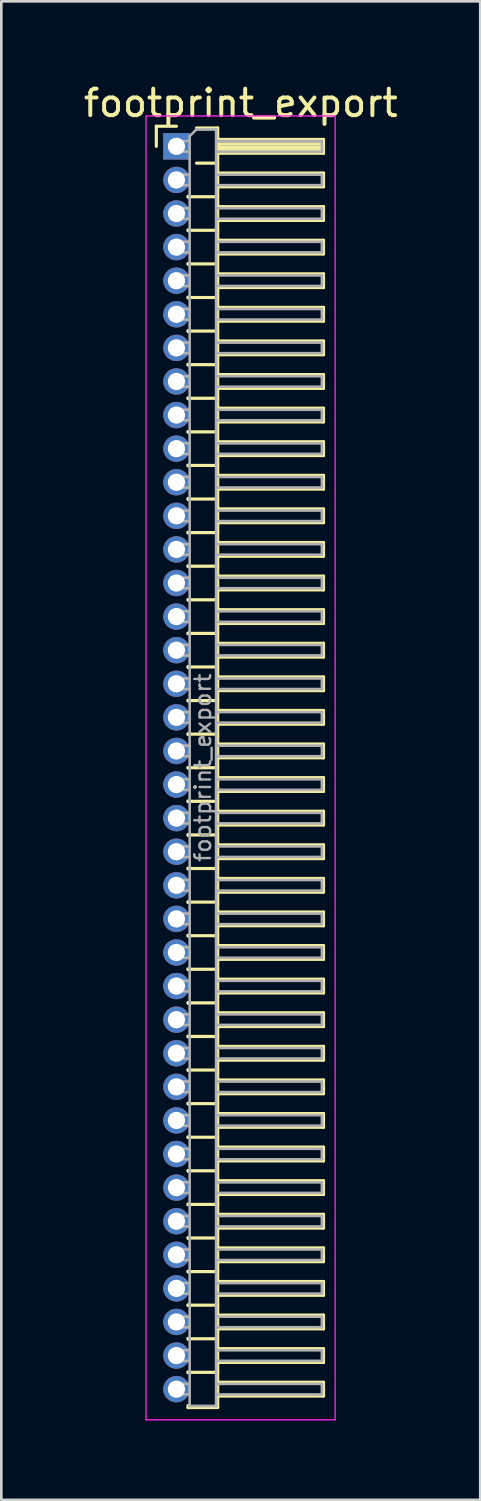
<source format=kicad_pcb>
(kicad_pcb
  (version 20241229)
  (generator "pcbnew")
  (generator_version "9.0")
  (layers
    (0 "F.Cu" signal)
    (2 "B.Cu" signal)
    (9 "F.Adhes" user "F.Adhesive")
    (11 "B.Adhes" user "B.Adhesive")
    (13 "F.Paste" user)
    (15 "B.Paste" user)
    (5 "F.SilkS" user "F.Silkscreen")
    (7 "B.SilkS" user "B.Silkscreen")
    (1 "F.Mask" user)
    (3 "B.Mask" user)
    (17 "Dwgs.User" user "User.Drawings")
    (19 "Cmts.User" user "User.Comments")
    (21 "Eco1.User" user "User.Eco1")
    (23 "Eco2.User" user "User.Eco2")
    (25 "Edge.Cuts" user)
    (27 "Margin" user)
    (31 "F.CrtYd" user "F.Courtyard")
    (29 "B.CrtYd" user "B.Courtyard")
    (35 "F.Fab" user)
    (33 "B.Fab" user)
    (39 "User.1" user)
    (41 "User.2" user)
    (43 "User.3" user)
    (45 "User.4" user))
  (footprint "footprint_export"
    (layer "F.Cu")
    (at 3.621 2.483)
    (property "Reference" "footprint_export" (at 2.433 -1.635 0) (layer "F.SilkS") (effects (font (size 1 1) (thickness 0.15))))
    (attr through_hole)
    (fp_line (start -0.76 -0.76) (end 0 -0.76) (stroke (width 0.12) (type solid)) (layer "F.SilkS"))
    (fp_line (start -0.76 0) (end -0.76 -0.76) (stroke (width 0.12) (type solid)) (layer "F.SilkS"))
    (fp_line (start 0.44 1.89) (end 0.44 1.92) (stroke (width 0.12) (type solid)) (layer "F.SilkS"))
    (fp_line (start 0.44 1.905) (end 1.56 1.905) (stroke (width 0.12) (type solid)) (layer "F.SilkS"))
    (fp_line (start 0.44 3.16) (end 0.44 3.19) (stroke (width 0.12) (type solid)) (layer "F.SilkS"))
    (fp_line (start 0.44 3.175) (end 1.56 3.175) (stroke (width 0.12) (type solid)) (layer "F.SilkS"))
    (fp_line (start 0.44 4.43) (end 0.44 4.46) (stroke (width 0.12) (type solid)) (layer "F.SilkS"))
    (fp_line (start 0.44 4.445) (end 1.56 4.445) (stroke (width 0.12) (type solid)) (layer "F.SilkS"))
    (fp_line (start 0.44 5.7) (end 0.44 5.73) (stroke (width 0.12) (type solid)) (layer "F.SilkS"))
    (fp_line (start 0.44 5.715) (end 1.56 5.715) (stroke (width 0.12) (type solid)) (layer "F.SilkS"))
    (fp_line (start 0.44 6.97) (end 0.44 7) (stroke (width 0.12) (type solid)) (layer "F.SilkS"))
    (fp_line (start 0.44 6.985) (end 1.56 6.985) (stroke (width 0.12) (type solid)) (layer "F.SilkS"))
    (fp_line (start 0.44 8.24) (end 0.44 8.27) (stroke (width 0.12) (type solid)) (layer "F.SilkS"))
    (fp_line (start 0.44 8.255) (end 1.56 8.255) (stroke (width 0.12) (type solid)) (layer "F.SilkS"))
    (fp_line (start 0.44 9.51) (end 0.44 9.54) (stroke (width 0.12) (type solid)) (layer "F.SilkS"))
    (fp_line (start 0.44 9.525) (end 1.56 9.525) (stroke (width 0.12) (type solid)) (layer "F.SilkS"))
    (fp_line (start 0.44 10.78) (end 0.44 10.81) (stroke (width 0.12) (type solid)) (layer "F.SilkS"))
    (fp_line (start 0.44 10.795) (end 1.56 10.795) (stroke (width 0.12) (type solid)) (layer "F.SilkS"))
    (fp_line (start 0.44 12.05) (end 0.44 12.08) (stroke (width 0.12) (type solid)) (layer "F.SilkS"))
    (fp_line (start 0.44 12.065) (end 1.56 12.065) (stroke (width 0.12) (type solid)) (layer "F.SilkS"))
    (fp_line (start 0.44 13.32) (end 0.44 13.35) (stroke (width 0.12) (type solid)) (layer "F.SilkS"))
    (fp_line (start 0.44 13.335) (end 1.56 13.335) (stroke (width 0.12) (type solid)) (layer "F.SilkS"))
    (fp_line (start 0.44 14.59) (end 0.44 14.62) (stroke (width 0.12) (type solid)) (layer "F.SilkS"))
    (fp_line (start 0.44 14.605) (end 1.56 14.605) (stroke (width 0.12) (type solid)) (layer "F.SilkS"))
    (fp_line (start 0.44 15.86) (end 0.44 15.89) (stroke (width 0.12) (type solid)) (layer "F.SilkS"))
    (fp_line (start 0.44 15.875) (end 1.56 15.875) (stroke (width 0.12) (type solid)) (layer "F.SilkS"))
    (fp_line (start 0.44 17.13) (end 0.44 17.16) (stroke (width 0.12) (type solid)) (layer "F.SilkS"))
    (fp_line (start 0.44 17.145) (end 1.56 17.145) (stroke (width 0.12) (type solid)) (layer "F.SilkS"))
    (fp_line (start 0.44 18.4) (end 0.44 18.43) (stroke (width 0.12) (type solid)) (layer "F.SilkS"))
    (fp_line (start 0.44 18.415) (end 1.56 18.415) (stroke (width 0.12) (type solid)) (layer "F.SilkS"))
    (fp_line (start 0.44 19.67) (end 0.44 19.7) (stroke (width 0.12) (type solid)) (layer "F.SilkS"))
    (fp_line (start 0.44 19.685) (end 1.56 19.685) (stroke (width 0.12) (type solid)) (layer "F.SilkS"))
    (fp_line (start 0.44 20.94) (end 0.44 20.97) (stroke (width 0.12) (type solid)) (layer "F.SilkS"))
    (fp_line (start 0.44 20.955) (end 1.56 20.955) (stroke (width 0.12) (type solid)) (layer "F.SilkS"))
    (fp_line (start 0.44 22.21) (end 0.44 22.24) (stroke (width 0.12) (type solid)) (layer "F.SilkS"))
    (fp_line (start 0.44 22.225) (end 1.56 22.225) (stroke (width 0.12) (type solid)) (layer "F.SilkS"))
    (fp_line (start 0.44 23.48) (end 0.44 23.51) (stroke (width 0.12) (type solid)) (layer "F.SilkS"))
    (fp_line (start 0.44 23.495) (end 1.56 23.495) (stroke (width 0.12) (type solid)) (layer "F.SilkS"))
    (fp_line (start 0.44 24.75) (end 0.44 24.78) (stroke (width 0.12) (type solid)) (layer "F.SilkS"))
    (fp_line (start 0.44 24.765) (end 1.56 24.765) (stroke (width 0.12) (type solid)) (layer "F.SilkS"))
    (fp_line (start 0.44 26.02) (end 0.44 26.05) (stroke (width 0.12) (type solid)) (layer "F.SilkS"))
    (fp_line (start 0.44 26.035) (end 1.56 26.035) (stroke (width 0.12) (type solid)) (layer "F.SilkS"))
    (fp_line (start 0.44 27.29) (end 0.44 27.32) (stroke (width 0.12) (type solid)) (layer "F.SilkS"))
    (fp_line (start 0.44 27.305) (end 1.56 27.305) (stroke (width 0.12) (type solid)) (layer "F.SilkS"))
    (fp_line (start 0.44 28.56) (end 0.44 28.59) (stroke (width 0.12) (type solid)) (layer "F.SilkS"))
    (fp_line (start 0.44 28.575) (end 1.56 28.575) (stroke (width 0.12) (type solid)) (layer "F.SilkS"))
    (fp_line (start 0.44 29.83) (end 0.44 29.86) (stroke (width 0.12) (type solid)) (layer "F.SilkS"))
    (fp_line (start 0.44 29.845) (end 1.56 29.845) (stroke (width 0.12) (type solid)) (layer "F.SilkS"))
    (fp_line (start 0.44 31.1) (end 0.44 31.13) (stroke (width 0.12) (type solid)) (layer "F.SilkS"))
    (fp_line (start 0.44 31.115) (end 1.56 31.115) (stroke (width 0.12) (type solid)) (layer "F.SilkS"))
    (fp_line (start 0.44 32.37) (end 0.44 32.4) (stroke (width 0.12) (type solid)) (layer "F.SilkS"))
    (fp_line (start 0.44 32.385) (end 1.56 32.385) (stroke (width 0.12) (type solid)) (layer "F.SilkS"))
    (fp_line (start 0.44 33.64) (end 0.44 33.67) (stroke (width 0.12) (type solid)) (layer "F.SilkS"))
    (fp_line (start 0.44 33.655) (end 1.56 33.655) (stroke (width 0.12) (type solid)) (layer "F.SilkS"))
    (fp_line (start 0.44 34.91) (end 0.44 34.94) (stroke (width 0.12) (type solid)) (layer "F.SilkS"))
    (fp_line (start 0.44 34.925) (end 1.56 34.925) (stroke (width 0.12) (type solid)) (layer "F.SilkS"))
    (fp_line (start 0.44 36.18) (end 0.44 36.21) (stroke (width 0.12) (type solid)) (layer "F.SilkS"))
    (fp_line (start 0.44 36.195) (end 1.56 36.195) (stroke (width 0.12) (type solid)) (layer "F.SilkS"))
    (fp_line (start 0.44 37.45) (end 0.44 37.48) (stroke (width 0.12) (type solid)) (layer "F.SilkS"))
    (fp_line (start 0.44 37.465) (end 1.56 37.465) (stroke (width 0.12) (type solid)) (layer "F.SilkS"))
    (fp_line (start 0.44 38.72) (end 0.44 38.75) (stroke (width 0.12) (type solid)) (layer "F.SilkS"))
    (fp_line (start 0.44 38.735) (end 1.56 38.735) (stroke (width 0.12) (type solid)) (layer "F.SilkS"))
    (fp_line (start 0.44 39.99) (end 0.44 40.02) (stroke (width 0.12) (type solid)) (layer "F.SilkS"))
    (fp_line (start 0.44 40.005) (end 1.56 40.005) (stroke (width 0.12) (type solid)) (layer "F.SilkS"))
    (fp_line (start 0.44 41.26) (end 0.44 41.29) (stroke (width 0.12) (type solid)) (layer "F.SilkS"))
    (fp_line (start 0.44 41.275) (end 1.56 41.275) (stroke (width 0.12) (type solid)) (layer "F.SilkS"))
    (fp_line (start 0.44 42.53) (end 0.44 42.56) (stroke (width 0.12) (type solid)) (layer "F.SilkS"))
    (fp_line (start 0.44 42.545) (end 1.56 42.545) (stroke (width 0.12) (type solid)) (layer "F.SilkS"))
    (fp_line (start 0.44 43.8) (end 0.44 43.83) (stroke (width 0.12) (type solid)) (layer "F.SilkS"))
    (fp_line (start 0.44 43.815) (end 1.56 43.815) (stroke (width 0.12) (type solid)) (layer "F.SilkS"))
    (fp_line (start 0.44 45.07) (end 0.44 45.1) (stroke (width 0.12) (type solid)) (layer "F.SilkS"))
    (fp_line (start 0.44 45.085) (end 1.56 45.085) (stroke (width 0.12) (type solid)) (layer "F.SilkS"))
    (fp_line (start 0.44 46.34) (end 0.44 46.37) (stroke (width 0.12) (type solid)) (layer "F.SilkS"))
    (fp_line (start 0.44 46.355) (end 1.56 46.355) (stroke (width 0.12) (type solid)) (layer "F.SilkS"))
    (fp_line (start 0.44 47.685) (end 0.44 47.61) (stroke (width 0.12) (type solid)) (layer "F.SilkS"))
    (fp_line (start 0.76 -0.695) (end 1.56 -0.695) (stroke (width 0.12) (type solid)) (layer "F.SilkS"))
    (fp_line (start 0.76 0.635) (end 1.56 0.635) (stroke (width 0.12) (type solid)) (layer "F.SilkS"))
    (fp_line (start 1.56 -0.695) (end 1.56 47.685) (stroke (width 0.12) (type solid)) (layer "F.SilkS"))
    (fp_line (start 1.56 -0.26) (end 5.56 -0.26) (stroke (width 0.12) (type solid)) (layer "F.SilkS"))
    (fp_line (start 1.56 -0.2) (end 5.56 -0.2) (stroke (width 0.12) (type solid)) (layer "F.SilkS"))
    (fp_line (start 1.56 -0.08) (end 5.56 -0.08) (stroke (width 0.12) (type solid)) (layer "F.SilkS"))
    (fp_line (start 1.56 0.04) (end 5.56 0.04) (stroke (width 0.12) (type solid)) (layer "F.SilkS"))
    (fp_line (start 1.56 0.16) (end 5.56 0.16) (stroke (width 0.12) (type solid)) (layer "F.SilkS"))
    (fp_line (start 1.56 1.01) (end 5.56 1.01) (stroke (width 0.12) (type solid)) (layer "F.SilkS"))
    (fp_line (start 1.56 2.28) (end 5.56 2.28) (stroke (width 0.12) (type solid)) (layer "F.SilkS"))
    (fp_line (start 1.56 3.55) (end 5.56 3.55) (stroke (width 0.12) (type solid)) (layer "F.SilkS"))
    (fp_line (start 1.56 4.82) (end 5.56 4.82) (stroke (width 0.12) (type solid)) (layer "F.SilkS"))
    (fp_line (start 1.56 6.09) (end 5.56 6.09) (stroke (width 0.12) (type solid)) (layer "F.SilkS"))
    (fp_line (start 1.56 7.36) (end 5.56 7.36) (stroke (width 0.12) (type solid)) (layer "F.SilkS"))
    (fp_line (start 1.56 8.63) (end 5.56 8.63) (stroke (width 0.12) (type solid)) (layer "F.SilkS"))
    (fp_line (start 1.56 9.9) (end 5.56 9.9) (stroke (width 0.12) (type solid)) (layer "F.SilkS"))
    (fp_line (start 1.56 11.17) (end 5.56 11.17) (stroke (width 0.12) (type solid)) (layer "F.SilkS"))
    (fp_line (start 1.56 12.44) (end 5.56 12.44) (stroke (width 0.12) (type solid)) (layer "F.SilkS"))
    (fp_line (start 1.56 13.71) (end 5.56 13.71) (stroke (width 0.12) (type solid)) (layer "F.SilkS"))
    (fp_line (start 1.56 14.98) (end 5.56 14.98) (stroke (width 0.12) (type solid)) (layer "F.SilkS"))
    (fp_line (start 1.56 16.25) (end 5.56 16.25) (stroke (width 0.12) (type solid)) (layer "F.SilkS"))
    (fp_line (start 1.56 17.52) (end 5.56 17.52) (stroke (width 0.12) (type solid)) (layer "F.SilkS"))
    (fp_line (start 1.56 18.79) (end 5.56 18.79) (stroke (width 0.12) (type solid)) (layer "F.SilkS"))
    (fp_line (start 1.56 20.06) (end 5.56 20.06) (stroke (width 0.12) (type solid)) (layer "F.SilkS"))
    (fp_line (start 1.56 21.33) (end 5.56 21.33) (stroke (width 0.12) (type solid)) (layer "F.SilkS"))
    (fp_line (start 1.56 22.6) (end 5.56 22.6) (stroke (width 0.12) (type solid)) (layer "F.SilkS"))
    (fp_line (start 1.56 23.87) (end 5.56 23.87) (stroke (width 0.12) (type solid)) (layer "F.SilkS"))
    (fp_line (start 1.56 25.14) (end 5.56 25.14) (stroke (width 0.12) (type solid)) (layer "F.SilkS"))
    (fp_line (start 1.56 26.41) (end 5.56 26.41) (stroke (width 0.12) (type solid)) (layer "F.SilkS"))
    (fp_line (start 1.56 27.68) (end 5.56 27.68) (stroke (width 0.12) (type solid)) (layer "F.SilkS"))
    (fp_line (start 1.56 28.95) (end 5.56 28.95) (stroke (width 0.12) (type solid)) (layer "F.SilkS"))
    (fp_line (start 1.56 30.22) (end 5.56 30.22) (stroke (width 0.12) (type solid)) (layer "F.SilkS"))
    (fp_line (start 1.56 31.49) (end 5.56 31.49) (stroke (width 0.12) (type solid)) (layer "F.SilkS"))
    (fp_line (start 1.56 32.76) (end 5.56 32.76) (stroke (width 0.12) (type solid)) (layer "F.SilkS"))
    (fp_line (start 1.56 34.03) (end 5.56 34.03) (stroke (width 0.12) (type solid)) (layer "F.SilkS"))
    (fp_line (start 1.56 35.3) (end 5.56 35.3) (stroke (width 0.12) (type solid)) (layer "F.SilkS"))
    (fp_line (start 1.56 36.57) (end 5.56 36.57) (stroke (width 0.12) (type solid)) (layer "F.SilkS"))
    (fp_line (start 1.56 37.84) (end 5.56 37.84) (stroke (width 0.12) (type solid)) (layer "F.SilkS"))
    (fp_line (start 1.56 39.11) (end 5.56 39.11) (stroke (width 0.12) (type solid)) (layer "F.SilkS"))
    (fp_line (start 1.56 40.38) (end 5.56 40.38) (stroke (width 0.12) (type solid)) (layer "F.SilkS"))
    (fp_line (start 1.56 41.65) (end 5.56 41.65) (stroke (width 0.12) (type solid)) (layer "F.SilkS"))
    (fp_line (start 1.56 42.92) (end 5.56 42.92) (stroke (width 0.12) (type solid)) (layer "F.SilkS"))
    (fp_line (start 1.56 44.19) (end 5.56 44.19) (stroke (width 0.12) (type solid)) (layer "F.SilkS"))
    (fp_line (start 1.56 45.46) (end 5.56 45.46) (stroke (width 0.12) (type solid)) (layer "F.SilkS"))
    (fp_line (start 1.56 46.73) (end 5.56 46.73) (stroke (width 0.12) (type solid)) (layer "F.SilkS"))
    (fp_line (start 1.56 47.685) (end 0.44 47.685) (stroke (width 0.12) (type solid)) (layer "F.SilkS"))
    (fp_line (start 5.56 -0.26) (end 5.56 0.26) (stroke (width 0.12) (type solid)) (layer "F.SilkS"))
    (fp_line (start 5.56 0.26) (end 1.56 0.26) (stroke (width 0.12) (type solid)) (layer "F.SilkS"))
    (fp_line (start 5.56 1.01) (end 5.56 1.53) (stroke (width 0.12) (type solid)) (layer "F.SilkS"))
    (fp_line (start 5.56 1.53) (end 1.56 1.53) (stroke (width 0.12) (type solid)) (layer "F.SilkS"))
    (fp_line (start 5.56 2.28) (end 5.56 2.8) (stroke (width 0.12) (type solid)) (layer "F.SilkS"))
    (fp_line (start 5.56 2.8) (end 1.56 2.8) (stroke (width 0.12) (type solid)) (layer "F.SilkS"))
    (fp_line (start 5.56 3.55) (end 5.56 4.07) (stroke (width 0.12) (type solid)) (layer "F.SilkS"))
    (fp_line (start 5.56 4.07) (end 1.56 4.07) (stroke (width 0.12) (type solid)) (layer "F.SilkS"))
    (fp_line (start 5.56 4.82) (end 5.56 5.34) (stroke (width 0.12) (type solid)) (layer "F.SilkS"))
    (fp_line (start 5.56 5.34) (end 1.56 5.34) (stroke (width 0.12) (type solid)) (layer "F.SilkS"))
    (fp_line (start 5.56 6.09) (end 5.56 6.61) (stroke (width 0.12) (type solid)) (layer "F.SilkS"))
    (fp_line (start 5.56 6.61) (end 1.56 6.61) (stroke (width 0.12) (type solid)) (layer "F.SilkS"))
    (fp_line (start 5.56 7.36) (end 5.56 7.88) (stroke (width 0.12) (type solid)) (layer "F.SilkS"))
    (fp_line (start 5.56 7.88) (end 1.56 7.88) (stroke (width 0.12) (type solid)) (layer "F.SilkS"))
    (fp_line (start 5.56 8.63) (end 5.56 9.15) (stroke (width 0.12) (type solid)) (layer "F.SilkS"))
    (fp_line (start 5.56 9.15) (end 1.56 9.15) (stroke (width 0.12) (type solid)) (layer "F.SilkS"))
    (fp_line (start 5.56 9.9) (end 5.56 10.42) (stroke (width 0.12) (type solid)) (layer "F.SilkS"))
    (fp_line (start 5.56 10.42) (end 1.56 10.42) (stroke (width 0.12) (type solid)) (layer "F.SilkS"))
    (fp_line (start 5.56 11.17) (end 5.56 11.69) (stroke (width 0.12) (type solid)) (layer "F.SilkS"))
    (fp_line (start 5.56 11.69) (end 1.56 11.69) (stroke (width 0.12) (type solid)) (layer "F.SilkS"))
    (fp_line (start 5.56 12.44) (end 5.56 12.96) (stroke (width 0.12) (type solid)) (layer "F.SilkS"))
    (fp_line (start 5.56 12.96) (end 1.56 12.96) (stroke (width 0.12) (type solid)) (layer "F.SilkS"))
    (fp_line (start 5.56 13.71) (end 5.56 14.23) (stroke (width 0.12) (type solid)) (layer "F.SilkS"))
    (fp_line (start 5.56 14.23) (end 1.56 14.23) (stroke (width 0.12) (type solid)) (layer "F.SilkS"))
    (fp_line (start 5.56 14.98) (end 5.56 15.5) (stroke (width 0.12) (type solid)) (layer "F.SilkS"))
    (fp_line (start 5.56 15.5) (end 1.56 15.5) (stroke (width 0.12) (type solid)) (layer "F.SilkS"))
    (fp_line (start 5.56 16.25) (end 5.56 16.77) (stroke (width 0.12) (type solid)) (layer "F.SilkS"))
    (fp_line (start 5.56 16.77) (end 1.56 16.77) (stroke (width 0.12) (type solid)) (layer "F.SilkS"))
    (fp_line (start 5.56 17.52) (end 5.56 18.04) (stroke (width 0.12) (type solid)) (layer "F.SilkS"))
    (fp_line (start 5.56 18.04) (end 1.56 18.04) (stroke (width 0.12) (type solid)) (layer "F.SilkS"))
    (fp_line (start 5.56 18.79) (end 5.56 19.31) (stroke (width 0.12) (type solid)) (layer "F.SilkS"))
    (fp_line (start 5.56 19.31) (end 1.56 19.31) (stroke (width 0.12) (type solid)) (layer "F.SilkS"))
    (fp_line (start 5.56 20.06) (end 5.56 20.58) (stroke (width 0.12) (type solid)) (layer "F.SilkS"))
    (fp_line (start 5.56 20.58) (end 1.56 20.58) (stroke (width 0.12) (type solid)) (layer "F.SilkS"))
    (fp_line (start 5.56 21.33) (end 5.56 21.85) (stroke (width 0.12) (type solid)) (layer "F.SilkS"))
    (fp_line (start 5.56 21.85) (end 1.56 21.85) (stroke (width 0.12) (type solid)) (layer "F.SilkS"))
    (fp_line (start 5.56 22.6) (end 5.56 23.12) (stroke (width 0.12) (type solid)) (layer "F.SilkS"))
    (fp_line (start 5.56 23.12) (end 1.56 23.12) (stroke (width 0.12) (type solid)) (layer "F.SilkS"))
    (fp_line (start 5.56 23.87) (end 5.56 24.39) (stroke (width 0.12) (type solid)) (layer "F.SilkS"))
    (fp_line (start 5.56 24.39) (end 1.56 24.39) (stroke (width 0.12) (type solid)) (layer "F.SilkS"))
    (fp_line (start 5.56 25.14) (end 5.56 25.66) (stroke (width 0.12) (type solid)) (layer "F.SilkS"))
    (fp_line (start 5.56 25.66) (end 1.56 25.66) (stroke (width 0.12) (type solid)) (layer "F.SilkS"))
    (fp_line (start 5.56 26.41) (end 5.56 26.93) (stroke (width 0.12) (type solid)) (layer "F.SilkS"))
    (fp_line (start 5.56 26.93) (end 1.56 26.93) (stroke (width 0.12) (type solid)) (layer "F.SilkS"))
    (fp_line (start 5.56 27.68) (end 5.56 28.2) (stroke (width 0.12) (type solid)) (layer "F.SilkS"))
    (fp_line (start 5.56 28.2) (end 1.56 28.2) (stroke (width 0.12) (type solid)) (layer "F.SilkS"))
    (fp_line (start 5.56 28.95) (end 5.56 29.47) (stroke (width 0.12) (type solid)) (layer "F.SilkS"))
    (fp_line (start 5.56 29.47) (end 1.56 29.47) (stroke (width 0.12) (type solid)) (layer "F.SilkS"))
    (fp_line (start 5.56 30.22) (end 5.56 30.74) (stroke (width 0.12) (type solid)) (layer "F.SilkS"))
    (fp_line (start 5.56 30.74) (end 1.56 30.74) (stroke (width 0.12) (type solid)) (layer "F.SilkS"))
    (fp_line (start 5.56 31.49) (end 5.56 32.01) (stroke (width 0.12) (type solid)) (layer "F.SilkS"))
    (fp_line (start 5.56 32.01) (end 1.56 32.01) (stroke (width 0.12) (type solid)) (layer "F.SilkS"))
    (fp_line (start 5.56 32.76) (end 5.56 33.28) (stroke (width 0.12) (type solid)) (layer "F.SilkS"))
    (fp_line (start 5.56 33.28) (end 1.56 33.28) (stroke (width 0.12) (type solid)) (layer "F.SilkS"))
    (fp_line (start 5.56 34.03) (end 5.56 34.55) (stroke (width 0.12) (type solid)) (layer "F.SilkS"))
    (fp_line (start 5.56 34.55) (end 1.56 34.55) (stroke (width 0.12) (type solid)) (layer "F.SilkS"))
    (fp_line (start 5.56 35.3) (end 5.56 35.82) (stroke (width 0.12) (type solid)) (layer "F.SilkS"))
    (fp_line (start 5.56 35.82) (end 1.56 35.82) (stroke (width 0.12) (type solid)) (layer "F.SilkS"))
    (fp_line (start 5.56 36.57) (end 5.56 37.09) (stroke (width 0.12) (type solid)) (layer "F.SilkS"))
    (fp_line (start 5.56 37.09) (end 1.56 37.09) (stroke (width 0.12) (type solid)) (layer "F.SilkS"))
    (fp_line (start 5.56 37.84) (end 5.56 38.36) (stroke (width 0.12) (type solid)) (layer "F.SilkS"))
    (fp_line (start 5.56 38.36) (end 1.56 38.36) (stroke (width 0.12) (type solid)) (layer "F.SilkS"))
    (fp_line (start 5.56 39.11) (end 5.56 39.63) (stroke (width 0.12) (type solid)) (layer "F.SilkS"))
    (fp_line (start 5.56 39.63) (end 1.56 39.63) (stroke (width 0.12) (type solid)) (layer "F.SilkS"))
    (fp_line (start 5.56 40.38) (end 5.56 40.9) (stroke (width 0.12) (type solid)) (layer "F.SilkS"))
    (fp_line (start 5.56 40.9) (end 1.56 40.9) (stroke (width 0.12) (type solid)) (layer "F.SilkS"))
    (fp_line (start 5.56 41.65) (end 5.56 42.17) (stroke (width 0.12) (type solid)) (layer "F.SilkS"))
    (fp_line (start 5.56 42.17) (end 1.56 42.17) (stroke (width 0.12) (type solid)) (layer "F.SilkS"))
    (fp_line (start 5.56 42.92) (end 5.56 43.44) (stroke (width 0.12) (type solid)) (layer "F.SilkS"))
    (fp_line (start 5.56 43.44) (end 1.56 43.44) (stroke (width 0.12) (type solid)) (layer "F.SilkS"))
    (fp_line (start 5.56 44.19) (end 5.56 44.71) (stroke (width 0.12) (type solid)) (layer "F.SilkS"))
    (fp_line (start 5.56 44.71) (end 1.56 44.71) (stroke (width 0.12) (type solid)) (layer "F.SilkS"))
    (fp_line (start 5.56 45.46) (end 5.56 45.98) (stroke (width 0.12) (type solid)) (layer "F.SilkS"))
    (fp_line (start 5.56 45.98) (end 1.56 45.98) (stroke (width 0.12) (type solid)) (layer "F.SilkS"))
    (fp_line (start 5.56 46.73) (end 5.56 47.25) (stroke (width 0.12) (type solid)) (layer "F.SilkS"))
    (fp_line (start 5.56 47.25) (end 1.56 47.25) (stroke (width 0.12) (type solid)) (layer "F.SilkS"))
    (fp_line (start -1.15 -1.15) (end -1.15 48.15) (stroke (width 0.05) (type solid)) (layer "F.CrtYd"))
    (fp_line (start -1.15 48.15) (end 6 48.15) (stroke (width 0.05) (type solid)) (layer "F.CrtYd"))
    (fp_line (start 6 -1.15) (end -1.15 -1.15) (stroke (width 0.05) (type solid)) (layer "F.CrtYd"))
    (fp_line (start 6 48.15) (end 6 -1.15) (stroke (width 0.05) (type solid)) (layer "F.CrtYd"))
    (fp_line (start -0.2 -0.2) (end -0.2 0.2) (stroke (width 0.1) (type solid)) (layer "F.Fab"))
    (fp_line (start -0.2 -0.2) (end 0.5 -0.2) (stroke (width 0.1) (type solid)) (layer "F.Fab"))
    (fp_line (start -0.2 0.2) (end 0.5 0.2) (stroke (width 0.1) (type solid)) (layer "F.Fab"))
    (fp_line (start -0.2 1.07) (end -0.2 1.47) (stroke (width 0.1) (type solid)) (layer "F.Fab"))
    (fp_line (start -0.2 1.07) (end 0.5 1.07) (stroke (width 0.1) (type solid)) (layer "F.Fab"))
    (fp_line (start -0.2 1.47) (end 0.5 1.47) (stroke (width 0.1) (type solid)) (layer "F.Fab"))
    (fp_line (start -0.2 2.34) (end -0.2 2.74) (stroke (width 0.1) (type solid)) (layer "F.Fab"))
    (fp_line (start -0.2 2.34) (end 0.5 2.34) (stroke (width 0.1) (type solid)) (layer "F.Fab"))
    (fp_line (start -0.2 2.74) (end 0.5 2.74) (stroke (width 0.1) (type solid)) (layer "F.Fab"))
    (fp_line (start -0.2 3.61) (end -0.2 4.01) (stroke (width 0.1) (type solid)) (layer "F.Fab"))
    (fp_line (start -0.2 3.61) (end 0.5 3.61) (stroke (width 0.1) (type solid)) (layer "F.Fab"))
    (fp_line (start -0.2 4.01) (end 0.5 4.01) (stroke (width 0.1) (type solid)) (layer "F.Fab"))
    (fp_line (start -0.2 4.88) (end -0.2 5.28) (stroke (width 0.1) (type solid)) (layer "F.Fab"))
    (fp_line (start -0.2 4.88) (end 0.5 4.88) (stroke (width 0.1) (type solid)) (layer "F.Fab"))
    (fp_line (start -0.2 5.28) (end 0.5 5.28) (stroke (width 0.1) (type solid)) (layer "F.Fab"))
    (fp_line (start -0.2 6.15) (end -0.2 6.55) (stroke (width 0.1) (type solid)) (layer "F.Fab"))
    (fp_line (start -0.2 6.15) (end 0.5 6.15) (stroke (width 0.1) (type solid)) (layer "F.Fab"))
    (fp_line (start -0.2 6.55) (end 0.5 6.55) (stroke (width 0.1) (type solid)) (layer "F.Fab"))
    (fp_line (start -0.2 7.42) (end -0.2 7.82) (stroke (width 0.1) (type solid)) (layer "F.Fab"))
    (fp_line (start -0.2 7.42) (end 0.5 7.42) (stroke (width 0.1) (type solid)) (layer "F.Fab"))
    (fp_line (start -0.2 7.82) (end 0.5 7.82) (stroke (width 0.1) (type solid)) (layer "F.Fab"))
    (fp_line (start -0.2 8.69) (end -0.2 9.09) (stroke (width 0.1) (type solid)) (layer "F.Fab"))
    (fp_line (start -0.2 8.69) (end 0.5 8.69) (stroke (width 0.1) (type solid)) (layer "F.Fab"))
    (fp_line (start -0.2 9.09) (end 0.5 9.09) (stroke (width 0.1) (type solid)) (layer "F.Fab"))
    (fp_line (start -0.2 9.96) (end -0.2 10.36) (stroke (width 0.1) (type solid)) (layer "F.Fab"))
    (fp_line (start -0.2 9.96) (end 0.5 9.96) (stroke (width 0.1) (type solid)) (layer "F.Fab"))
    (fp_line (start -0.2 10.36) (end 0.5 10.36) (stroke (width 0.1) (type solid)) (layer "F.Fab"))
    (fp_line (start -0.2 11.23) (end -0.2 11.63) (stroke (width 0.1) (type solid)) (layer "F.Fab"))
    (fp_line (start -0.2 11.23) (end 0.5 11.23) (stroke (width 0.1) (type solid)) (layer "F.Fab"))
    (fp_line (start -0.2 11.63) (end 0.5 11.63) (stroke (width 0.1) (type solid)) (layer "F.Fab"))
    (fp_line (start -0.2 12.5) (end -0.2 12.9) (stroke (width 0.1) (type solid)) (layer "F.Fab"))
    (fp_line (start -0.2 12.5) (end 0.5 12.5) (stroke (width 0.1) (type solid)) (layer "F.Fab"))
    (fp_line (start -0.2 12.9) (end 0.5 12.9) (stroke (width 0.1) (type solid)) (layer "F.Fab"))
    (fp_line (start -0.2 13.77) (end -0.2 14.17) (stroke (width 0.1) (type solid)) (layer "F.Fab"))
    (fp_line (start -0.2 13.77) (end 0.5 13.77) (stroke (width 0.1) (type solid)) (layer "F.Fab"))
    (fp_line (start -0.2 14.17) (end 0.5 14.17) (stroke (width 0.1) (type solid)) (layer "F.Fab"))
    (fp_line (start -0.2 15.04) (end -0.2 15.44) (stroke (width 0.1) (type solid)) (layer "F.Fab"))
    (fp_line (start -0.2 15.04) (end 0.5 15.04) (stroke (width 0.1) (type solid)) (layer "F.Fab"))
    (fp_line (start -0.2 15.44) (end 0.5 15.44) (stroke (width 0.1) (type solid)) (layer "F.Fab"))
    (fp_line (start -0.2 16.31) (end -0.2 16.71) (stroke (width 0.1) (type solid)) (layer "F.Fab"))
    (fp_line (start -0.2 16.31) (end 0.5 16.31) (stroke (width 0.1) (type solid)) (layer "F.Fab"))
    (fp_line (start -0.2 16.71) (end 0.5 16.71) (stroke (width 0.1) (type solid)) (layer "F.Fab"))
    (fp_line (start -0.2 17.58) (end -0.2 17.98) (stroke (width 0.1) (type solid)) (layer "F.Fab"))
    (fp_line (start -0.2 17.58) (end 0.5 17.58) (stroke (width 0.1) (type solid)) (layer "F.Fab"))
    (fp_line (start -0.2 17.98) (end 0.5 17.98) (stroke (width 0.1) (type solid)) (layer "F.Fab"))
    (fp_line (start -0.2 18.85) (end -0.2 19.25) (stroke (width 0.1) (type solid)) (layer "F.Fab"))
    (fp_line (start -0.2 18.85) (end 0.5 18.85) (stroke (width 0.1) (type solid)) (layer "F.Fab"))
    (fp_line (start -0.2 19.25) (end 0.5 19.25) (stroke (width 0.1) (type solid)) (layer "F.Fab"))
    (fp_line (start -0.2 20.12) (end -0.2 20.52) (stroke (width 0.1) (type solid)) (layer "F.Fab"))
    (fp_line (start -0.2 20.12) (end 0.5 20.12) (stroke (width 0.1) (type solid)) (layer "F.Fab"))
    (fp_line (start -0.2 20.52) (end 0.5 20.52) (stroke (width 0.1) (type solid)) (layer "F.Fab"))
    (fp_line (start -0.2 21.39) (end -0.2 21.79) (stroke (width 0.1) (type solid)) (layer "F.Fab"))
    (fp_line (start -0.2 21.39) (end 0.5 21.39) (stroke (width 0.1) (type solid)) (layer "F.Fab"))
    (fp_line (start -0.2 21.79) (end 0.5 21.79) (stroke (width 0.1) (type solid)) (layer "F.Fab"))
    (fp_line (start -0.2 22.66) (end -0.2 23.06) (stroke (width 0.1) (type solid)) (layer "F.Fab"))
    (fp_line (start -0.2 22.66) (end 0.5 22.66) (stroke (width 0.1) (type solid)) (layer "F.Fab"))
    (fp_line (start -0.2 23.06) (end 0.5 23.06) (stroke (width 0.1) (type solid)) (layer "F.Fab"))
    (fp_line (start -0.2 23.93) (end -0.2 24.33) (stroke (width 0.1) (type solid)) (layer "F.Fab"))
    (fp_line (start -0.2 23.93) (end 0.5 23.93) (stroke (width 0.1) (type solid)) (layer "F.Fab"))
    (fp_line (start -0.2 24.33) (end 0.5 24.33) (stroke (width 0.1) (type solid)) (layer "F.Fab"))
    (fp_line (start -0.2 25.2) (end -0.2 25.6) (stroke (width 0.1) (type solid)) (layer "F.Fab"))
    (fp_line (start -0.2 25.2) (end 0.5 25.2) (stroke (width 0.1) (type solid)) (layer "F.Fab"))
    (fp_line (start -0.2 25.6) (end 0.5 25.6) (stroke (width 0.1) (type solid)) (layer "F.Fab"))
    (fp_line (start -0.2 26.47) (end -0.2 26.87) (stroke (width 0.1) (type solid)) (layer "F.Fab"))
    (fp_line (start -0.2 26.47) (end 0.5 26.47) (stroke (width 0.1) (type solid)) (layer "F.Fab"))
    (fp_line (start -0.2 26.87) (end 0.5 26.87) (stroke (width 0.1) (type solid)) (layer "F.Fab"))
    (fp_line (start -0.2 27.74) (end -0.2 28.14) (stroke (width 0.1) (type solid)) (layer "F.Fab"))
    (fp_line (start -0.2 27.74) (end 0.5 27.74) (stroke (width 0.1) (type solid)) (layer "F.Fab"))
    (fp_line (start -0.2 28.14) (end 0.5 28.14) (stroke (width 0.1) (type solid)) (layer "F.Fab"))
    (fp_line (start -0.2 29.01) (end -0.2 29.41) (stroke (width 0.1) (type solid)) (layer "F.Fab"))
    (fp_line (start -0.2 29.01) (end 0.5 29.01) (stroke (width 0.1) (type solid)) (layer "F.Fab"))
    (fp_line (start -0.2 29.41) (end 0.5 29.41) (stroke (width 0.1) (type solid)) (layer "F.Fab"))
    (fp_line (start -0.2 30.28) (end -0.2 30.68) (stroke (width 0.1) (type solid)) (layer "F.Fab"))
    (fp_line (start -0.2 30.28) (end 0.5 30.28) (stroke (width 0.1) (type solid)) (layer "F.Fab"))
    (fp_line (start -0.2 30.68) (end 0.5 30.68) (stroke (width 0.1) (type solid)) (layer "F.Fab"))
    (fp_line (start -0.2 31.55) (end -0.2 31.95) (stroke (width 0.1) (type solid)) (layer "F.Fab"))
    (fp_line (start -0.2 31.55) (end 0.5 31.55) (stroke (width 0.1) (type solid)) (layer "F.Fab"))
    (fp_line (start -0.2 31.95) (end 0.5 31.95) (stroke (width 0.1) (type solid)) (layer "F.Fab"))
    (fp_line (start -0.2 32.82) (end -0.2 33.22) (stroke (width 0.1) (type solid)) (layer "F.Fab"))
    (fp_line (start -0.2 32.82) (end 0.5 32.82) (stroke (width 0.1) (type solid)) (layer "F.Fab"))
    (fp_line (start -0.2 33.22) (end 0.5 33.22) (stroke (width 0.1) (type solid)) (layer "F.Fab"))
    (fp_line (start -0.2 34.09) (end -0.2 34.49) (stroke (width 0.1) (type solid)) (layer "F.Fab"))
    (fp_line (start -0.2 34.09) (end 0.5 34.09) (stroke (width 0.1) (type solid)) (layer "F.Fab"))
    (fp_line (start -0.2 34.49) (end 0.5 34.49) (stroke (width 0.1) (type solid)) (layer "F.Fab"))
    (fp_line (start -0.2 35.36) (end -0.2 35.76) (stroke (width 0.1) (type solid)) (layer "F.Fab"))
    (fp_line (start -0.2 35.36) (end 0.5 35.36) (stroke (width 0.1) (type solid)) (layer "F.Fab"))
    (fp_line (start -0.2 35.76) (end 0.5 35.76) (stroke (width 0.1) (type solid)) (layer "F.Fab"))
    (fp_line (start -0.2 36.63) (end -0.2 37.03) (stroke (width 0.1) (type solid)) (layer "F.Fab"))
    (fp_line (start -0.2 36.63) (end 0.5 36.63) (stroke (width 0.1) (type solid)) (layer "F.Fab"))
    (fp_line (start -0.2 37.03) (end 0.5 37.03) (stroke (width 0.1) (type solid)) (layer "F.Fab"))
    (fp_line (start -0.2 37.9) (end -0.2 38.3) (stroke (width 0.1) (type solid)) (layer "F.Fab"))
    (fp_line (start -0.2 37.9) (end 0.5 37.9) (stroke (width 0.1) (type solid)) (layer "F.Fab"))
    (fp_line (start -0.2 38.3) (end 0.5 38.3) (stroke (width 0.1) (type solid)) (layer "F.Fab"))
    (fp_line (start -0.2 39.17) (end -0.2 39.57) (stroke (width 0.1) (type solid)) (layer "F.Fab"))
    (fp_line (start -0.2 39.17) (end 0.5 39.17) (stroke (width 0.1) (type solid)) (layer "F.Fab"))
    (fp_line (start -0.2 39.57) (end 0.5 39.57) (stroke (width 0.1) (type solid)) (layer "F.Fab"))
    (fp_line (start -0.2 40.44) (end -0.2 40.84) (stroke (width 0.1) (type solid)) (layer "F.Fab"))
    (fp_line (start -0.2 40.44) (end 0.5 40.44) (stroke (width 0.1) (type solid)) (layer "F.Fab"))
    (fp_line (start -0.2 40.84) (end 0.5 40.84) (stroke (width 0.1) (type solid)) (layer "F.Fab"))
    (fp_line (start -0.2 41.71) (end -0.2 42.11) (stroke (width 0.1) (type solid)) (layer "F.Fab"))
    (fp_line (start -0.2 41.71) (end 0.5 41.71) (stroke (width 0.1) (type solid)) (layer "F.Fab"))
    (fp_line (start -0.2 42.11) (end 0.5 42.11) (stroke (width 0.1) (type solid)) (layer "F.Fab"))
    (fp_line (start -0.2 42.98) (end -0.2 43.38) (stroke (width 0.1) (type solid)) (layer "F.Fab"))
    (fp_line (start -0.2 42.98) (end 0.5 42.98) (stroke (width 0.1) (type solid)) (layer "F.Fab"))
    (fp_line (start -0.2 43.38) (end 0.5 43.38) (stroke (width 0.1) (type solid)) (layer "F.Fab"))
    (fp_line (start -0.2 44.25) (end -0.2 44.65) (stroke (width 0.1) (type solid)) (layer "F.Fab"))
    (fp_line (start -0.2 44.25) (end 0.5 44.25) (stroke (width 0.1) (type solid)) (layer "F.Fab"))
    (fp_line (start -0.2 44.65) (end 0.5 44.65) (stroke (width 0.1) (type solid)) (layer "F.Fab"))
    (fp_line (start -0.2 45.52) (end -0.2 45.92) (stroke (width 0.1) (type solid)) (layer "F.Fab"))
    (fp_line (start -0.2 45.52) (end 0.5 45.52) (stroke (width 0.1) (type solid)) (layer "F.Fab"))
    (fp_line (start -0.2 45.92) (end 0.5 45.92) (stroke (width 0.1) (type solid)) (layer "F.Fab"))
    (fp_line (start -0.2 46.79) (end -0.2 47.19) (stroke (width 0.1) (type solid)) (layer "F.Fab"))
    (fp_line (start -0.2 46.79) (end 0.5 46.79) (stroke (width 0.1) (type solid)) (layer "F.Fab"))
    (fp_line (start -0.2 47.19) (end 0.5 47.19) (stroke (width 0.1) (type solid)) (layer "F.Fab"))
    (fp_line (start 0.5 -0.385) (end 0.75 -0.635) (stroke (width 0.1) (type solid)) (layer "F.Fab"))
    (fp_line (start 0.5 47.625) (end 0.5 -0.385) (stroke (width 0.1) (type solid)) (layer "F.Fab"))
    (fp_line (start 0.75 -0.635) (end 1.5 -0.635) (stroke (width 0.1) (type solid)) (layer "F.Fab"))
    (fp_line (start 1.5 -0.635) (end 1.5 47.625) (stroke (width 0.1) (type solid)) (layer "F.Fab"))
    (fp_line (start 1.5 -0.2) (end 5.5 -0.2) (stroke (width 0.1) (type solid)) (layer "F.Fab"))
    (fp_line (start 1.5 0.2) (end 5.5 0.2) (stroke (width 0.1) (type solid)) (layer "F.Fab"))
    (fp_line (start 1.5 1.07) (end 5.5 1.07) (stroke (width 0.1) (type solid)) (layer "F.Fab"))
    (fp_line (start 1.5 1.47) (end 5.5 1.47) (stroke (width 0.1) (type solid)) (layer "F.Fab"))
    (fp_line (start 1.5 2.34) (end 5.5 2.34) (stroke (width 0.1) (type solid)) (layer "F.Fab"))
    (fp_line (start 1.5 2.74) (end 5.5 2.74) (stroke (width 0.1) (type solid)) (layer "F.Fab"))
    (fp_line (start 1.5 3.61) (end 5.5 3.61) (stroke (width 0.1) (type solid)) (layer "F.Fab"))
    (fp_line (start 1.5 4.01) (end 5.5 4.01) (stroke (width 0.1) (type solid)) (layer "F.Fab"))
    (fp_line (start 1.5 4.88) (end 5.5 4.88) (stroke (width 0.1) (type solid)) (layer "F.Fab"))
    (fp_line (start 1.5 5.28) (end 5.5 5.28) (stroke (width 0.1) (type solid)) (layer "F.Fab"))
    (fp_line (start 1.5 6.15) (end 5.5 6.15) (stroke (width 0.1) (type solid)) (layer "F.Fab"))
    (fp_line (start 1.5 6.55) (end 5.5 6.55) (stroke (width 0.1) (type solid)) (layer "F.Fab"))
    (fp_line (start 1.5 7.42) (end 5.5 7.42) (stroke (width 0.1) (type solid)) (layer "F.Fab"))
    (fp_line (start 1.5 7.82) (end 5.5 7.82) (stroke (width 0.1) (type solid)) (layer "F.Fab"))
    (fp_line (start 1.5 8.69) (end 5.5 8.69) (stroke (width 0.1) (type solid)) (layer "F.Fab"))
    (fp_line (start 1.5 9.09) (end 5.5 9.09) (stroke (width 0.1) (type solid)) (layer "F.Fab"))
    (fp_line (start 1.5 9.96) (end 5.5 9.96) (stroke (width 0.1) (type solid)) (layer "F.Fab"))
    (fp_line (start 1.5 10.36) (end 5.5 10.36) (stroke (width 0.1) (type solid)) (layer "F.Fab"))
    (fp_line (start 1.5 11.23) (end 5.5 11.23) (stroke (width 0.1) (type solid)) (layer "F.Fab"))
    (fp_line (start 1.5 11.63) (end 5.5 11.63) (stroke (width 0.1) (type solid)) (layer "F.Fab"))
    (fp_line (start 1.5 12.5) (end 5.5 12.5) (stroke (width 0.1) (type solid)) (layer "F.Fab"))
    (fp_line (start 1.5 12.9) (end 5.5 12.9) (stroke (width 0.1) (type solid)) (layer "F.Fab"))
    (fp_line (start 1.5 13.77) (end 5.5 13.77) (stroke (width 0.1) (type solid)) (layer "F.Fab"))
    (fp_line (start 1.5 14.17) (end 5.5 14.17) (stroke (width 0.1) (type solid)) (layer "F.Fab"))
    (fp_line (start 1.5 15.04) (end 5.5 15.04) (stroke (width 0.1) (type solid)) (layer "F.Fab"))
    (fp_line (start 1.5 15.44) (end 5.5 15.44) (stroke (width 0.1) (type solid)) (layer "F.Fab"))
    (fp_line (start 1.5 16.31) (end 5.5 16.31) (stroke (width 0.1) (type solid)) (layer "F.Fab"))
    (fp_line (start 1.5 16.71) (end 5.5 16.71) (stroke (width 0.1) (type solid)) (layer "F.Fab"))
    (fp_line (start 1.5 17.58) (end 5.5 17.58) (stroke (width 0.1) (type solid)) (layer "F.Fab"))
    (fp_line (start 1.5 17.98) (end 5.5 17.98) (stroke (width 0.1) (type solid)) (layer "F.Fab"))
    (fp_line (start 1.5 18.85) (end 5.5 18.85) (stroke (width 0.1) (type solid)) (layer "F.Fab"))
    (fp_line (start 1.5 19.25) (end 5.5 19.25) (stroke (width 0.1) (type solid)) (layer "F.Fab"))
    (fp_line (start 1.5 20.12) (end 5.5 20.12) (stroke (width 0.1) (type solid)) (layer "F.Fab"))
    (fp_line (start 1.5 20.52) (end 5.5 20.52) (stroke (width 0.1) (type solid)) (layer "F.Fab"))
    (fp_line (start 1.5 21.39) (end 5.5 21.39) (stroke (width 0.1) (type solid)) (layer "F.Fab"))
    (fp_line (start 1.5 21.79) (end 5.5 21.79) (stroke (width 0.1) (type solid)) (layer "F.Fab"))
    (fp_line (start 1.5 22.66) (end 5.5 22.66) (stroke (width 0.1) (type solid)) (layer "F.Fab"))
    (fp_line (start 1.5 23.06) (end 5.5 23.06) (stroke (width 0.1) (type solid)) (layer "F.Fab"))
    (fp_line (start 1.5 23.93) (end 5.5 23.93) (stroke (width 0.1) (type solid)) (layer "F.Fab"))
    (fp_line (start 1.5 24.33) (end 5.5 24.33) (stroke (width 0.1) (type solid)) (layer "F.Fab"))
    (fp_line (start 1.5 25.2) (end 5.5 25.2) (stroke (width 0.1) (type solid)) (layer "F.Fab"))
    (fp_line (start 1.5 25.6) (end 5.5 25.6) (stroke (width 0.1) (type solid)) (layer "F.Fab"))
    (fp_line (start 1.5 26.47) (end 5.5 26.47) (stroke (width 0.1) (type solid)) (layer "F.Fab"))
    (fp_line (start 1.5 26.87) (end 5.5 26.87) (stroke (width 0.1) (type solid)) (layer "F.Fab"))
    (fp_line (start 1.5 27.74) (end 5.5 27.74) (stroke (width 0.1) (type solid)) (layer "F.Fab"))
    (fp_line (start 1.5 28.14) (end 5.5 28.14) (stroke (width 0.1) (type solid)) (layer "F.Fab"))
    (fp_line (start 1.5 29.01) (end 5.5 29.01) (stroke (width 0.1) (type solid)) (layer "F.Fab"))
    (fp_line (start 1.5 29.41) (end 5.5 29.41) (stroke (width 0.1) (type solid)) (layer "F.Fab"))
    (fp_line (start 1.5 30.28) (end 5.5 30.28) (stroke (width 0.1) (type solid)) (layer "F.Fab"))
    (fp_line (start 1.5 30.68) (end 5.5 30.68) (stroke (width 0.1) (type solid)) (layer "F.Fab"))
    (fp_line (start 1.5 31.55) (end 5.5 31.55) (stroke (width 0.1) (type solid)) (layer "F.Fab"))
    (fp_line (start 1.5 31.95) (end 5.5 31.95) (stroke (width 0.1) (type solid)) (layer "F.Fab"))
    (fp_line (start 1.5 32.82) (end 5.5 32.82) (stroke (width 0.1) (type solid)) (layer "F.Fab"))
    (fp_line (start 1.5 33.22) (end 5.5 33.22) (stroke (width 0.1) (type solid)) (layer "F.Fab"))
    (fp_line (start 1.5 34.09) (end 5.5 34.09) (stroke (width 0.1) (type solid)) (layer "F.Fab"))
    (fp_line (start 1.5 34.49) (end 5.5 34.49) (stroke (width 0.1) (type solid)) (layer "F.Fab"))
    (fp_line (start 1.5 35.36) (end 5.5 35.36) (stroke (width 0.1) (type solid)) (layer "F.Fab"))
    (fp_line (start 1.5 35.76) (end 5.5 35.76) (stroke (width 0.1) (type solid)) (layer "F.Fab"))
    (fp_line (start 1.5 36.63) (end 5.5 36.63) (stroke (width 0.1) (type solid)) (layer "F.Fab"))
    (fp_line (start 1.5 37.03) (end 5.5 37.03) (stroke (width 0.1) (type solid)) (layer "F.Fab"))
    (fp_line (start 1.5 37.9) (end 5.5 37.9) (stroke (width 0.1) (type solid)) (layer "F.Fab"))
    (fp_line (start 1.5 38.3) (end 5.5 38.3) (stroke (width 0.1) (type solid)) (layer "F.Fab"))
    (fp_line (start 1.5 39.17) (end 5.5 39.17) (stroke (width 0.1) (type solid)) (layer "F.Fab"))
    (fp_line (start 1.5 39.57) (end 5.5 39.57) (stroke (width 0.1) (type solid)) (layer "F.Fab"))
    (fp_line (start 1.5 40.44) (end 5.5 40.44) (stroke (width 0.1) (type solid)) (layer "F.Fab"))
    (fp_line (start 1.5 40.84) (end 5.5 40.84) (stroke (width 0.1) (type solid)) (layer "F.Fab"))
    (fp_line (start 1.5 41.71) (end 5.5 41.71) (stroke (width 0.1) (type solid)) (layer "F.Fab"))
    (fp_line (start 1.5 42.11) (end 5.5 42.11) (stroke (width 0.1) (type solid)) (layer "F.Fab"))
    (fp_line (start 1.5 42.98) (end 5.5 42.98) (stroke (width 0.1) (type solid)) (layer "F.Fab"))
    (fp_line (start 1.5 43.38) (end 5.5 43.38) (stroke (width 0.1) (type solid)) (layer "F.Fab"))
    (fp_line (start 1.5 44.25) (end 5.5 44.25) (stroke (width 0.1) (type solid)) (layer "F.Fab"))
    (fp_line (start 1.5 44.65) (end 5.5 44.65) (stroke (width 0.1) (type solid)) (layer "F.Fab"))
    (fp_line (start 1.5 45.52) (end 5.5 45.52) (stroke (width 0.1) (type solid)) (layer "F.Fab"))
    (fp_line (start 1.5 45.92) (end 5.5 45.92) (stroke (width 0.1) (type solid)) (layer "F.Fab"))
    (fp_line (start 1.5 46.79) (end 5.5 46.79) (stroke (width 0.1) (type solid)) (layer "F.Fab"))
    (fp_line (start 1.5 47.19) (end 5.5 47.19) (stroke (width 0.1) (type solid)) (layer "F.Fab"))
    (fp_line (start 1.5 47.625) (end 0.5 47.625) (stroke (width 0.1) (type solid)) (layer "F.Fab"))
    (fp_line (start 5.5 -0.2) (end 5.5 0.2) (stroke (width 0.1) (type solid)) (layer "F.Fab"))
    (fp_line (start 5.5 1.07) (end 5.5 1.47) (stroke (width 0.1) (type solid)) (layer "F.Fab"))
    (fp_line (start 5.5 2.34) (end 5.5 2.74) (stroke (width 0.1) (type solid)) (layer "F.Fab"))
    (fp_line (start 5.5 3.61) (end 5.5 4.01) (stroke (width 0.1) (type solid)) (layer "F.Fab"))
    (fp_line (start 5.5 4.88) (end 5.5 5.28) (stroke (width 0.1) (type solid)) (layer "F.Fab"))
    (fp_line (start 5.5 6.15) (end 5.5 6.55) (stroke (width 0.1) (type solid)) (layer "F.Fab"))
    (fp_line (start 5.5 7.42) (end 5.5 7.82) (stroke (width 0.1) (type solid)) (layer "F.Fab"))
    (fp_line (start 5.5 8.69) (end 5.5 9.09) (stroke (width 0.1) (type solid)) (layer "F.Fab"))
    (fp_line (start 5.5 9.96) (end 5.5 10.36) (stroke (width 0.1) (type solid)) (layer "F.Fab"))
    (fp_line (start 5.5 11.23) (end 5.5 11.63) (stroke (width 0.1) (type solid)) (layer "F.Fab"))
    (fp_line (start 5.5 12.5) (end 5.5 12.9) (stroke (width 0.1) (type solid)) (layer "F.Fab"))
    (fp_line (start 5.5 13.77) (end 5.5 14.17) (stroke (width 0.1) (type solid)) (layer "F.Fab"))
    (fp_line (start 5.5 15.04) (end 5.5 15.44) (stroke (width 0.1) (type solid)) (layer "F.Fab"))
    (fp_line (start 5.5 16.31) (end 5.5 16.71) (stroke (width 0.1) (type solid)) (layer "F.Fab"))
    (fp_line (start 5.5 17.58) (end 5.5 17.98) (stroke (width 0.1) (type solid)) (layer "F.Fab"))
    (fp_line (start 5.5 18.85) (end 5.5 19.25) (stroke (width 0.1) (type solid)) (layer "F.Fab"))
    (fp_line (start 5.5 20.12) (end 5.5 20.52) (stroke (width 0.1) (type solid)) (layer "F.Fab"))
    (fp_line (start 5.5 21.39) (end 5.5 21.79) (stroke (width 0.1) (type solid)) (layer "F.Fab"))
    (fp_line (start 5.5 22.66) (end 5.5 23.06) (stroke (width 0.1) (type solid)) (layer "F.Fab"))
    (fp_line (start 5.5 23.93) (end 5.5 24.33) (stroke (width 0.1) (type solid)) (layer "F.Fab"))
    (fp_line (start 5.5 25.2) (end 5.5 25.6) (stroke (width 0.1) (type solid)) (layer "F.Fab"))
    (fp_line (start 5.5 26.47) (end 5.5 26.87) (stroke (width 0.1) (type solid)) (layer "F.Fab"))
    (fp_line (start 5.5 27.74) (end 5.5 28.14) (stroke (width 0.1) (type solid)) (layer "F.Fab"))
    (fp_line (start 5.5 29.01) (end 5.5 29.41) (stroke (width 0.1) (type solid)) (layer "F.Fab"))
    (fp_line (start 5.5 30.28) (end 5.5 30.68) (stroke (width 0.1) (type solid)) (layer "F.Fab"))
    (fp_line (start 5.5 31.55) (end 5.5 31.95) (stroke (width 0.1) (type solid)) (layer "F.Fab"))
    (fp_line (start 5.5 32.82) (end 5.5 33.22) (stroke (width 0.1) (type solid)) (layer "F.Fab"))
    (fp_line (start 5.5 34.09) (end 5.5 34.49) (stroke (width 0.1) (type solid)) (layer "F.Fab"))
    (fp_line (start 5.5 35.36) (end 5.5 35.76) (stroke (width 0.1) (type solid)) (layer "F.Fab"))
    (fp_line (start 5.5 36.63) (end 5.5 37.03) (stroke (width 0.1) (type solid)) (layer "F.Fab"))
    (fp_line (start 5.5 37.9) (end 5.5 38.3) (stroke (width 0.1) (type solid)) (layer "F.Fab"))
    (fp_line (start 5.5 39.17) (end 5.5 39.57) (stroke (width 0.1) (type solid)) (layer "F.Fab"))
    (fp_line (start 5.5 40.44) (end 5.5 40.84) (stroke (width 0.1) (type solid)) (layer "F.Fab"))
    (fp_line (start 5.5 41.71) (end 5.5 42.11) (stroke (width 0.1) (type solid)) (layer "F.Fab"))
    (fp_line (start 5.5 42.98) (end 5.5 43.38) (stroke (width 0.1) (type solid)) (layer "F.Fab"))
    (fp_line (start 5.5 44.25) (end 5.5 44.65) (stroke (width 0.1) (type solid)) (layer "F.Fab"))
    (fp_line (start 5.5 45.52) (end 5.5 45.92) (stroke (width 0.1) (type solid)) (layer "F.Fab"))
    (fp_line (start 5.5 46.79) (end 5.5 47.19) (stroke (width 0.1) (type solid)) (layer "F.Fab"))
    (fp_text user "${REFERENCE}" (at 1 23.495 90) (layer "F.Fab") (effects (font (size 0.6 0.6) (thickness 0.09))))
    (pad "1" thru_hole rect (at 0 0) (size 1 1) (drill 0.65) (layers "*.Cu" "*.Mask"))
    (pad "2" thru_hole oval (at 0 1.27) (size 1 1) (drill 0.65) (layers "*.Cu" "*.Mask"))
    (pad "3" thru_hole oval (at 0 2.54) (size 1 1) (drill 0.65) (layers "*.Cu" "*.Mask"))
    (pad "4" thru_hole oval (at 0 3.81) (size 1 1) (drill 0.65) (layers "*.Cu" "*.Mask"))
    (pad "5" thru_hole oval (at 0 5.08) (size 1 1) (drill 0.65) (layers "*.Cu" "*.Mask"))
    (pad "6" thru_hole oval (at 0 6.35) (size 1 1) (drill 0.65) (layers "*.Cu" "*.Mask"))
    (pad "7" thru_hole oval (at 0 7.62) (size 1 1) (drill 0.65) (layers "*.Cu" "*.Mask"))
    (pad "8" thru_hole oval (at 0 8.89) (size 1 1) (drill 0.65) (layers "*.Cu" "*.Mask"))
    (pad "9" thru_hole oval (at 0 10.16) (size 1 1) (drill 0.65) (layers "*.Cu" "*.Mask"))
    (pad "10" thru_hole oval (at 0 11.43) (size 1 1) (drill 0.65) (layers "*.Cu" "*.Mask"))
    (pad "11" thru_hole oval (at 0 12.7) (size 1 1) (drill 0.65) (layers "*.Cu" "*.Mask"))
    (pad "12" thru_hole oval (at 0 13.97) (size 1 1) (drill 0.65) (layers "*.Cu" "*.Mask"))
    (pad "13" thru_hole oval (at 0 15.24) (size 1 1) (drill 0.65) (layers "*.Cu" "*.Mask"))
    (pad "14" thru_hole oval (at 0 16.51) (size 1 1) (drill 0.65) (layers "*.Cu" "*.Mask"))
    (pad "15" thru_hole oval (at 0 17.78) (size 1 1) (drill 0.65) (layers "*.Cu" "*.Mask"))
    (pad "16" thru_hole oval (at 0 19.05) (size 1 1) (drill 0.65) (layers "*.Cu" "*.Mask"))
    (pad "17" thru_hole oval (at 0 20.32) (size 1 1) (drill 0.65) (layers "*.Cu" "*.Mask"))
    (pad "18" thru_hole oval (at 0 21.59) (size 1 1) (drill 0.65) (layers "*.Cu" "*.Mask"))
    (pad "19" thru_hole oval (at 0 22.86) (size 1 1) (drill 0.65) (layers "*.Cu" "*.Mask"))
    (pad "20" thru_hole oval (at 0 24.13) (size 1 1) (drill 0.65) (layers "*.Cu" "*.Mask"))
    (pad "21" thru_hole oval (at 0 25.4) (size 1 1) (drill 0.65) (layers "*.Cu" "*.Mask"))
    (pad "22" thru_hole oval (at 0 26.67) (size 1 1) (drill 0.65) (layers "*.Cu" "*.Mask"))
    (pad "23" thru_hole oval (at 0 27.94) (size 1 1) (drill 0.65) (layers "*.Cu" "*.Mask"))
    (pad "24" thru_hole oval (at 0 29.21) (size 1 1) (drill 0.65) (layers "*.Cu" "*.Mask"))
    (pad "25" thru_hole oval (at 0 30.48) (size 1 1) (drill 0.65) (layers "*.Cu" "*.Mask"))
    (pad "26" thru_hole oval (at 0 31.75) (size 1 1) (drill 0.65) (layers "*.Cu" "*.Mask"))
    (pad "27" thru_hole oval (at 0 33.02) (size 1 1) (drill 0.65) (layers "*.Cu" "*.Mask"))
    (pad "28" thru_hole oval (at 0 34.29) (size 1 1) (drill 0.65) (layers "*.Cu" "*.Mask"))
    (pad "29" thru_hole oval (at 0 35.56) (size 1 1) (drill 0.65) (layers "*.Cu" "*.Mask"))
    (pad "30" thru_hole oval (at 0 36.83) (size 1 1) (drill 0.65) (layers "*.Cu" "*.Mask"))
    (pad "31" thru_hole oval (at 0 38.1) (size 1 1) (drill 0.65) (layers "*.Cu" "*.Mask"))
    (pad "32" thru_hole oval (at 0 39.37) (size 1 1) (drill 0.65) (layers "*.Cu" "*.Mask"))
    (pad "33" thru_hole oval (at 0 40.64) (size 1 1) (drill 0.65) (layers "*.Cu" "*.Mask"))
    (pad "34" thru_hole oval (at 0 41.91) (size 1 1) (drill 0.65) (layers "*.Cu" "*.Mask"))
    (pad "35" thru_hole oval (at 0 43.18) (size 1 1) (drill 0.65) (layers "*.Cu" "*.Mask"))
    (pad "36" thru_hole oval (at 0 44.45) (size 1 1) (drill 0.65) (layers "*.Cu" "*.Mask"))
    (pad "37" thru_hole oval (at 0 45.72) (size 1 1) (drill 0.65) (layers "*.Cu" "*.Mask"))
    (pad "38" thru_hole oval (at 0 46.99) (size 1 1) (drill 0.65) (layers "*.Cu" "*.Mask")))
  (gr_rect
    (start -3 -3)
    (end 15.107 53.658)
    (stroke (width 0.1) (type default))
    (fill no)
    (layer "Edge.Cuts")))
</source>
